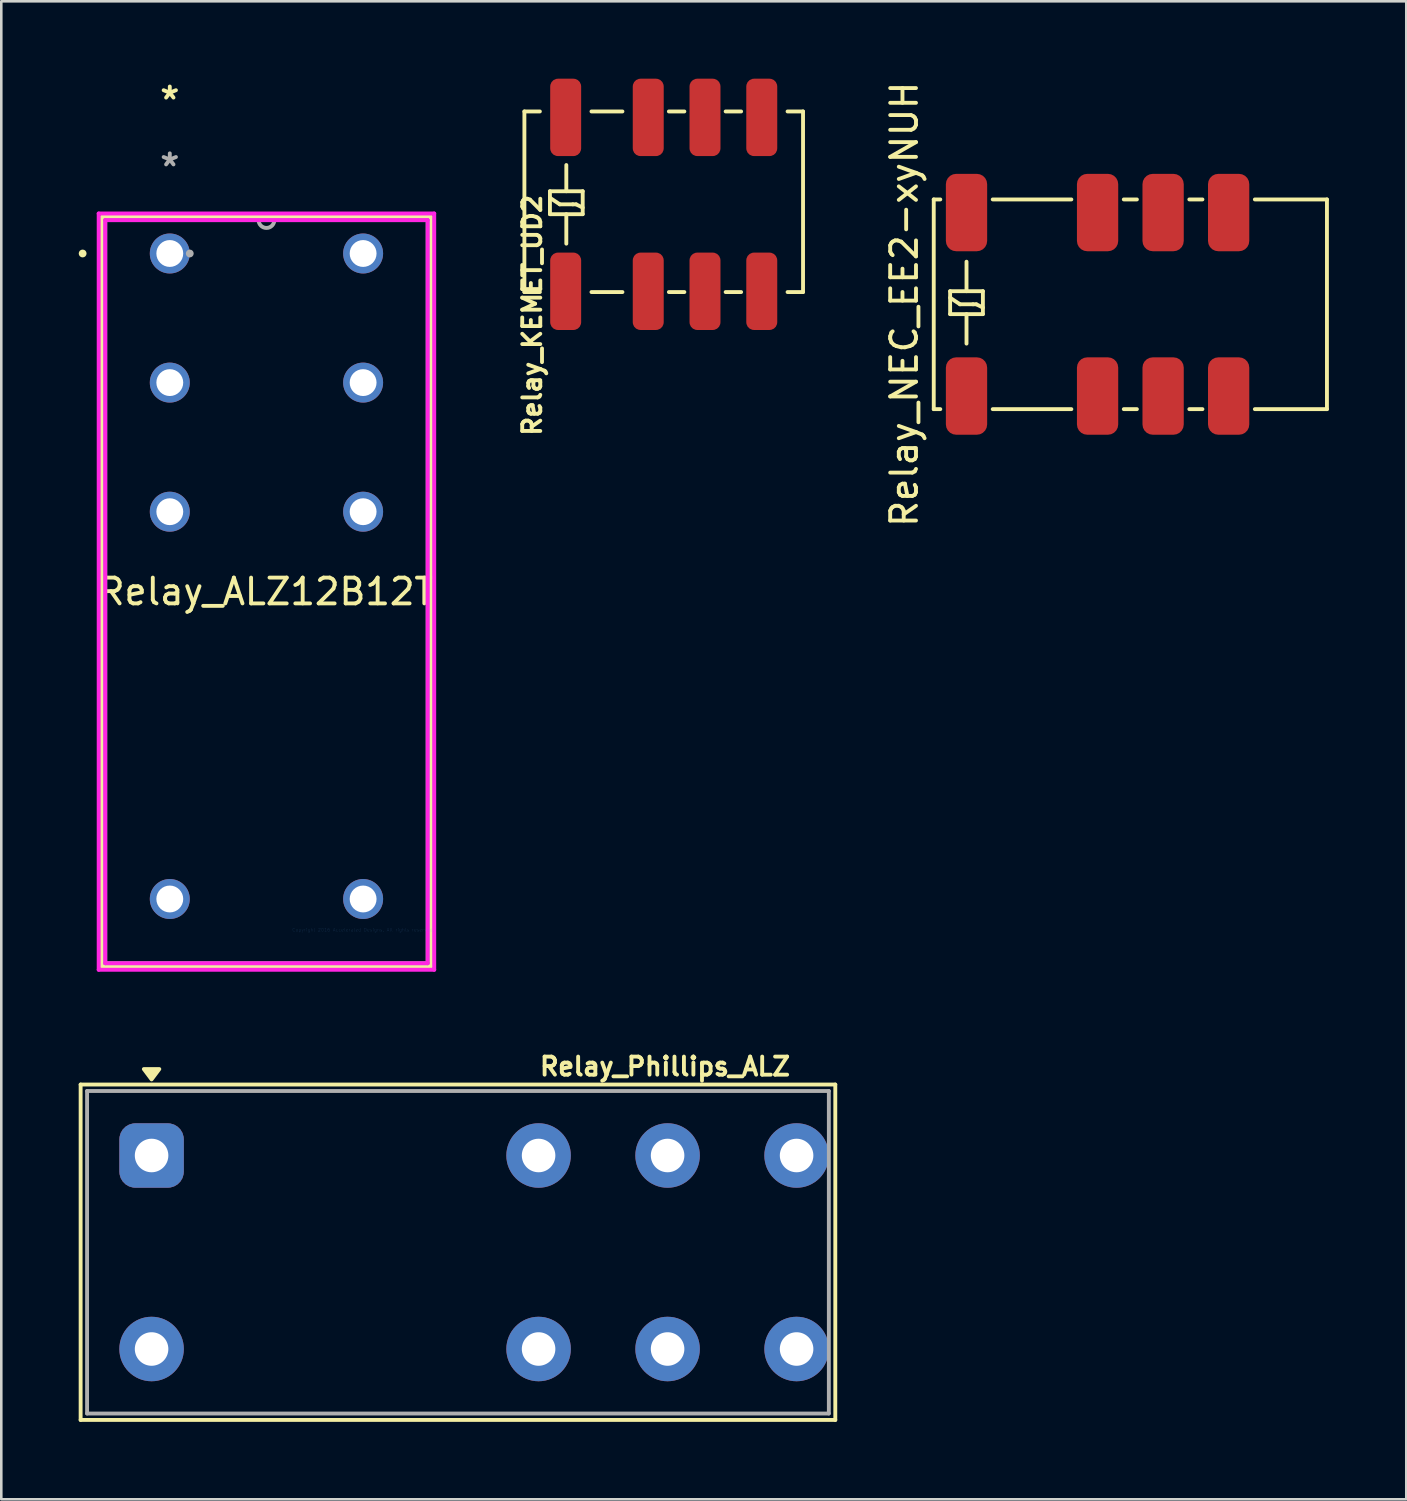
<source format=kicad_pcb>
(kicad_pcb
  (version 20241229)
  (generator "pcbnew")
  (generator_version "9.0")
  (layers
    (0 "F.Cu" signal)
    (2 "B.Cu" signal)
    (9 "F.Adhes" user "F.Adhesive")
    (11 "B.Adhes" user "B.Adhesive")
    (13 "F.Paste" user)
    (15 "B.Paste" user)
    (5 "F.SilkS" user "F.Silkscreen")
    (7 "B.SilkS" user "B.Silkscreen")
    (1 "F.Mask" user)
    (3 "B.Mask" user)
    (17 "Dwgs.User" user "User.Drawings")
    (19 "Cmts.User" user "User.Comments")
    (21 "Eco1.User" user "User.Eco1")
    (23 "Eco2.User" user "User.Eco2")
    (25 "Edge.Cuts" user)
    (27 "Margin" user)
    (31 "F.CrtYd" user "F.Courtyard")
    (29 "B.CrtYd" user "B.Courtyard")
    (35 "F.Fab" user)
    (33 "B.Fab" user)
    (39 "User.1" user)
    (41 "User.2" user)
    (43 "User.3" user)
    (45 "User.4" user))
  (footprint "Relay_NEC_EE2-xyNUH"
    (layer "F.Cu")
    (at 39.491 8.744)
    (property "Reference" "Relay_NEC_EE2-xyNUH" (at -7.493 0 90) (layer "F.SilkS") (effects (font (size 1 1) (thickness 0.15))))
    (attr through_hole)
    (fp_line (start -6.35 -4.064) (end -6.096 -4.064) (stroke (width 0.15) (type solid)) (layer "F.SilkS"))
    (fp_line (start -6.35 4.064) (end -6.35 -4.064) (stroke (width 0.15) (type solid)) (layer "F.SilkS"))
    (fp_line (start -6.35 4.064) (end -6.096 4.064) (stroke (width 0.15) (type solid)) (layer "F.SilkS"))
    (fp_line (start -5.715 -0.508) (end -5.715 0.381) (stroke (width 0.15) (type solid)) (layer "F.SilkS"))
    (fp_line (start -5.715 -0.508) (end -4.445 -0.508) (stroke (width 0.15) (type solid)) (layer "F.SilkS"))
    (fp_line (start -5.715 -0.254) (end -5.334 0) (stroke (width 0.15) (type solid)) (layer "F.SilkS"))
    (fp_line (start -5.715 0.381) (end -4.445 0.381) (stroke (width 0.15) (type solid)) (layer "F.SilkS"))
    (fp_line (start -5.334 0) (end -4.826 0) (stroke (width 0.15) (type solid)) (layer "F.SilkS"))
    (fp_line (start -5.08 -1.651) (end -5.08 -0.508) (stroke (width 0.15) (type solid)) (layer "F.SilkS"))
    (fp_line (start -5.08 0.381) (end -5.08 1.524) (stroke (width 0.15) (type solid)) (layer "F.SilkS"))
    (fp_line (start -4.826 0) (end -4.699 0) (stroke (width 0.15) (type solid)) (layer "F.SilkS"))
    (fp_line (start -4.699 0) (end -4.445 0.127) (stroke (width 0.15) (type solid)) (layer "F.SilkS"))
    (fp_line (start -4.445 -0.508) (end -4.445 0.381) (stroke (width 0.15) (type solid)) (layer "F.SilkS"))
    (fp_line (start -4.064 -4.064) (end -1.016 -4.064) (stroke (width 0.15) (type solid)) (layer "F.SilkS"))
    (fp_line (start -4.064 4.064) (end -1.016 4.064) (stroke (width 0.15) (type solid)) (layer "F.SilkS"))
    (fp_line (start 1.016 -4.064) (end 1.524 -4.064) (stroke (width 0.15) (type solid)) (layer "F.SilkS"))
    (fp_line (start 1.016 4.064) (end 1.524 4.064) (stroke (width 0.15) (type solid)) (layer "F.SilkS"))
    (fp_line (start 3.556 -4.064) (end 4.064 -4.064) (stroke (width 0.15) (type solid)) (layer "F.SilkS"))
    (fp_line (start 3.556 4.064) (end 4.064 4.064) (stroke (width 0.15) (type solid)) (layer "F.SilkS"))
    (fp_line (start 8.89 -4.064) (end 6.096 -4.064) (stroke (width 0.15) (type solid)) (layer "F.SilkS"))
    (fp_line (start 8.89 -4.064) (end 8.89 4.064) (stroke (width 0.15) (type solid)) (layer "F.SilkS"))
    (fp_line (start 8.89 4.064) (end 6.096 4.064) (stroke (width 0.15) (type solid)) (layer "F.SilkS"))
    (pad "1" smd roundrect (at -5.08 3.556) (size 1.6 3) (layers "F.Cu" "F.Mask" "F.Paste") (roundrect_rratio 0.25))
    (pad "3" smd roundrect (at 0 3.556) (size 1.6 3) (layers "F.Cu" "F.Mask" "F.Paste") (roundrect_rratio 0.25))
    (pad "4" smd roundrect (at 2.54 3.556) (size 1.6 3) (layers "F.Cu" "F.Mask" "F.Paste") (roundrect_rratio 0.25))
    (pad "5" smd roundrect (at 5.08 3.556) (size 1.6 3) (layers "F.Cu" "F.Mask" "F.Paste") (roundrect_rratio 0.25))
    (pad "8" smd roundrect (at 5.08 -3.556) (size 1.6 3) (layers "F.Cu" "F.Mask" "F.Paste") (roundrect_rratio 0.25))
    (pad "9" smd roundrect (at 2.54 -3.556) (size 1.6 3) (layers "F.Cu" "F.Mask" "F.Paste") (roundrect_rratio 0.25))
    (pad "10" smd roundrect (at 0 -3.556) (size 1.6 3) (layers "F.Cu" "F.Mask" "F.Paste") (roundrect_rratio 0.25))
    (pad "12" smd roundrect (at -5.08 -3.556) (size 1.6 3) (layers "F.Cu" "F.Mask" "F.Paste") (roundrect_rratio 0.25)))
  (footprint "Relay_KEMET_UD2"
    (layer "F.Cu")
    (at 22.075 4.87)
    (property "Reference" "Relay_KEMET_UD2" (at -4.5 4.3 90) (layer "F.SilkS") (effects (font (size 0.7 0.7) (thickness 0.15))))
    (attr smd)
    (fp_line (start -4.8 -3.6) (end -4.2 -3.6) (stroke (width 0.15) (type solid)) (layer "F.SilkS"))
    (fp_line (start -4.8 3.4) (end -4.8 -3.6) (stroke (width 0.15) (type solid)) (layer "F.SilkS"))
    (fp_line (start -4.8 3.4) (end -4.2 3.4) (stroke (width 0.15) (type solid)) (layer "F.SilkS"))
    (fp_line (start -3.81 -0.508) (end -3.81 0.381) (stroke (width 0.15) (type solid)) (layer "F.SilkS"))
    (fp_line (start -3.81 -0.508) (end -2.54 -0.508) (stroke (width 0.15) (type solid)) (layer "F.SilkS"))
    (fp_line (start -3.81 -0.254) (end -3.429 0) (stroke (width 0.15) (type solid)) (layer "F.SilkS"))
    (fp_line (start -3.81 0.381) (end -2.54 0.381) (stroke (width 0.15) (type solid)) (layer "F.SilkS"))
    (fp_line (start -3.429 0) (end -2.921 0) (stroke (width 0.15) (type solid)) (layer "F.SilkS"))
    (fp_line (start -3.175 -1.524) (end -3.175 -0.508) (stroke (width 0.15) (type solid)) (layer "F.SilkS"))
    (fp_line (start -3.175 0.381) (end -3.175 1.524) (stroke (width 0.15) (type solid)) (layer "F.SilkS"))
    (fp_line (start -2.921 0) (end -2.794 0) (stroke (width 0.15) (type solid)) (layer "F.SilkS"))
    (fp_line (start -2.794 0) (end -2.54 0.127) (stroke (width 0.15) (type solid)) (layer "F.SilkS"))
    (fp_line (start -2.54 -0.508) (end -2.54 0.381) (stroke (width 0.15) (type solid)) (layer "F.SilkS"))
    (fp_line (start -2.2 -3.6) (end -1 -3.6) (stroke (width 0.15) (type solid)) (layer "F.SilkS"))
    (fp_line (start -2.2 3.4) (end -1 3.4) (stroke (width 0.15) (type solid)) (layer "F.SilkS"))
    (fp_line (start 0.8 -3.6) (end 1.4 -3.6) (stroke (width 0.15) (type solid)) (layer "F.SilkS"))
    (fp_line (start 0.8 3.4) (end 1.4 3.4) (stroke (width 0.15) (type solid)) (layer "F.SilkS"))
    (fp_line (start 3 -3.6) (end 3.6 -3.6) (stroke (width 0.15) (type solid)) (layer "F.SilkS"))
    (fp_line (start 3 3.4) (end 3.6 3.4) (stroke (width 0.15) (type solid)) (layer "F.SilkS"))
    (fp_line (start 6 -3.6) (end 5.4 -3.6) (stroke (width 0.15) (type solid)) (layer "F.SilkS"))
    (fp_line (start 6 -3.6) (end 6 3.4) (stroke (width 0.15) (type solid)) (layer "F.SilkS"))
    (fp_line (start 6 3.4) (end 5.4 3.4) (stroke (width 0.15) (type solid)) (layer "F.SilkS"))
    (pad "1" smd roundrect (at -3.2 3.37) (size 1.2 3) (layers "F.Cu" "F.Mask" "F.Paste") (roundrect_rratio 0.25))
    (pad "3" smd roundrect (at 0 3.37) (size 1.2 3) (layers "F.Cu" "F.Mask" "F.Paste") (roundrect_rratio 0.25))
    (pad "4" smd roundrect (at 2.2 3.37) (size 1.2 3) (layers "F.Cu" "F.Mask" "F.Paste") (roundrect_rratio 0.25))
    (pad "5" smd roundrect (at 4.4 3.37) (size 1.2 3) (layers "F.Cu" "F.Mask" "F.Paste") (roundrect_rratio 0.25))
    (pad "8" smd roundrect (at 4.4 -3.37) (size 1.2 3) (layers "F.Cu" "F.Mask" "F.Paste") (roundrect_rratio 0.25))
    (pad "9" smd roundrect (at 2.2 -3.37) (size 1.2 3) (layers "F.Cu" "F.Mask" "F.Paste") (roundrect_rratio 0.25))
    (pad "10" smd roundrect (at 0 -3.37) (size 1.2 3) (layers "F.Cu" "F.Mask" "F.Paste") (roundrect_rratio 0.25))
    (pad "12" smd roundrect (at -3.2 -3.37) (size 1.2 3) (layers "F.Cu" "F.Mask" "F.Paste") (roundrect_rratio 0.25)))
  (footprint "Relay_Phillips_ALZ"
    (layer "F.Cu")
    (at 22.825 45.486)
    (property "Reference" "Relay_Phillips_ALZ" (at -0.1 -7.2 180) (layer "F.SilkS") (effects (font (size 0.7 0.7) (thickness 0.15))))
    (attr through_hole)
    (fp_line (start -22.75 -6.5) (end 6.5 -6.5) (stroke (width 0.15) (type solid)) (layer "F.SilkS"))
    (fp_line (start -22.75 6.5) (end -22.75 -6.5) (stroke (width 0.15) (type solid)) (layer "F.SilkS"))
    (fp_line (start 6.5 -6.5) (end 6.5 6.5) (stroke (width 0.15) (type solid)) (layer "F.SilkS"))
    (fp_line (start 6.5 6.5) (end -22.75 6.5) (stroke (width 0.15) (type solid)) (layer "F.SilkS"))
    (fp_poly (pts (xy -20 -6.7) (xy -19.7 -7.1) (xy -20.3 -7.1)) (stroke (width 0.15) (type solid)) (fill yes) (layer "F.SilkS"))
    (fp_line (start -22.5 -6.25) (end 6.25 -6.25) (stroke (width 0.15) (type solid)) (layer "F.Fab"))
    (fp_line (start -22.5 6.25) (end -22.5 -6.25) (stroke (width 0.15) (type solid)) (layer "F.Fab"))
    (fp_line (start 6.25 -6.25) (end 6.25 6.25) (stroke (width 0.15) (type solid)) (layer "F.Fab"))
    (fp_line (start 6.25 6.25) (end -22.5 6.25) (stroke (width 0.15) (type solid)) (layer "F.Fab"))
    (pad "1" thru_hole roundrect (at -20 -3.75) (size 2.5 2.5) (drill 1.3) (layers "*.Cu" "*.Mask") (roundrect_rratio 0.25))
    (pad "2" thru_hole circle (at -20 3.75) (size 2.5 2.5) (drill 1.3) (layers "*.Cu" "*.Mask"))
    (pad "3" thru_hole circle (at -5 -3.75) (size 2.5 2.5) (drill 1.3) (layers "*.Cu" "*.Mask"))
    (pad "3" thru_hole circle (at -5 3.75) (size 2.5 2.5) (drill 1.3) (layers "*.Cu" "*.Mask"))
    (pad "4" thru_hole circle (at 0 -3.75) (size 2.5 2.5) (drill 1.3) (layers "*.Cu" "*.Mask"))
    (pad "4" thru_hole circle (at 0 3.75) (size 2.5 2.5) (drill 1.3) (layers "*.Cu" "*.Mask"))
    (pad "5" thru_hole circle (at 5 -3.75) (size 2.5 2.5) (drill 1.3) (layers "*.Cu" "*.Mask"))
    (pad "5" thru_hole circle (at 5 3.75) (size 2.5 2.5) (drill 1.3) (layers "*.Cu" "*.Mask")))
  (footprint "Relay_ALZ12B12T"
    (layer "F.Cu")
    (at 11.024 32.988)
    (property "Reference" "Relay_ALZ12B12T" (at -3.747 -13.106 0) (layer "F.SilkS") (effects (font (size 1 1) (thickness 0.15))))
    (attr through_hole)
    (fp_line (start -10.122 -27.635) (end -10.122 1.422) (stroke (width 0.152) (type solid)) (layer "F.SilkS"))
    (fp_line (start -10.122 1.422) (end 2.629 1.422) (stroke (width 0.152) (type solid)) (layer "F.SilkS"))
    (fp_line (start 2.629 -27.635) (end -10.122 -27.635) (stroke (width 0.152) (type solid)) (layer "F.SilkS"))
    (fp_line (start 2.629 1.422) (end 2.629 -27.635) (stroke (width 0.152) (type solid)) (layer "F.SilkS"))
    (fp_circle (center -10.871 -26.213) (end -10.795 -26.213) (stroke (width 0.152) (type solid)) (fill no) (layer "F.SilkS"))
    (fp_line (start -10.249 -27.762) (end 2.756 -27.762) (stroke (width 0.152) (type solid)) (layer "F.CrtYd"))
    (fp_line (start -10.249 1.549) (end -10.249 -27.762) (stroke (width 0.152) (type solid)) (layer "F.CrtYd"))
    (fp_line (start -9.995 -27.508) (end 2.502 -27.508) (stroke (width 0.152) (type solid)) (layer "F.CrtYd"))
    (fp_line (start -9.995 1.295) (end -9.995 -27.508) (stroke (width 0.152) (type solid)) (layer "F.CrtYd"))
    (fp_line (start 2.502 -27.508) (end 2.502 1.295) (stroke (width 0.152) (type solid)) (layer "F.CrtYd"))
    (fp_line (start 2.502 1.295) (end -9.995 1.295) (stroke (width 0.152) (type solid)) (layer "F.CrtYd"))
    (fp_line (start 2.756 -27.762) (end 2.756 1.549) (stroke (width 0.152) (type solid)) (layer "F.CrtYd"))
    (fp_line (start 2.756 1.549) (end -10.249 1.549) (stroke (width 0.152) (type solid)) (layer "F.CrtYd"))
    (fp_line (start -9.995 -27.508) (end -9.995 1.295) (stroke (width 0.152) (type solid)) (layer "F.Fab"))
    (fp_line (start -9.995 1.295) (end 2.502 1.295) (stroke (width 0.152) (type solid)) (layer "F.Fab"))
    (fp_line (start 2.502 -27.508) (end -9.995 -27.508) (stroke (width 0.152) (type solid)) (layer "F.Fab"))
    (fp_line (start 2.502 1.295) (end 2.502 -27.508) (stroke (width 0.152) (type solid)) (layer "F.Fab"))
    (fp_arc (start -3.4417 -27.5082) (mid -3.7465 -27.2034) (end -4.0513 -27.5082) (stroke (width 0.1524) (type solid)) (layer "F.Fab"))
    (fp_circle (center -6.718 -26.213) (end -6.642 -26.213) (stroke (width 0.152) (type solid)) (fill no) (layer "F.Fab"))
    (fp_text user "*" (at -7.493 -32.139 0) (layer "F.SilkS") (effects (font (size 1 1) (thickness 0.15))))
    (fp_text user "Copyright 2016 Accelerated Designs. All rights reserved." (at 0 0 0) (layer "Cmts.User") (effects (font (size 0.127 0.127) (thickness 0.002))))
    (fp_text user "*" (at -7.493 -29.549 0) (layer "F.Fab") (effects (font (size 1 1) (thickness 0.15))))
    (pad "1" thru_hole circle (at -7.493 -26.213) (size 1.549 1.549) (drill 1.041) (layers "*.Cu" "*.Mask"))
    (pad "2" thru_hole circle (at -7.493 -21.209) (size 1.549 1.549) (drill 1.041) (layers "*.Cu" "*.Mask"))
    (pad "3" thru_hole circle (at -7.493 -16.205) (size 1.549 1.549) (drill 1.041) (layers "*.Cu" "*.Mask"))
    (pad "4" thru_hole circle (at -7.493 -1.194) (size 1.549 1.549) (drill 1.041) (layers "*.Cu" "*.Mask"))
    (pad "5" thru_hole circle (at 0 -1.194) (size 1.549 1.549) (drill 1.041) (layers "*.Cu" "*.Mask"))
    (pad "6" thru_hole circle (at 0 -16.205) (size 1.549 1.549) (drill 1.041) (layers "*.Cu" "*.Mask"))
    (pad "7" thru_hole circle (at 0 -21.209) (size 1.549 1.549) (drill 1.041) (layers "*.Cu" "*.Mask"))
    (pad "8" thru_hole circle (at 0 -26.213) (size 1.549 1.549) (drill 1.041) (layers "*.Cu" "*.Mask")))
  (gr_rect
    (start -3 -3)
    (end 51.456 55.061)
    (stroke (width 0.1) (type default))
    (fill no)
    (layer "Edge.Cuts")))
</source>
